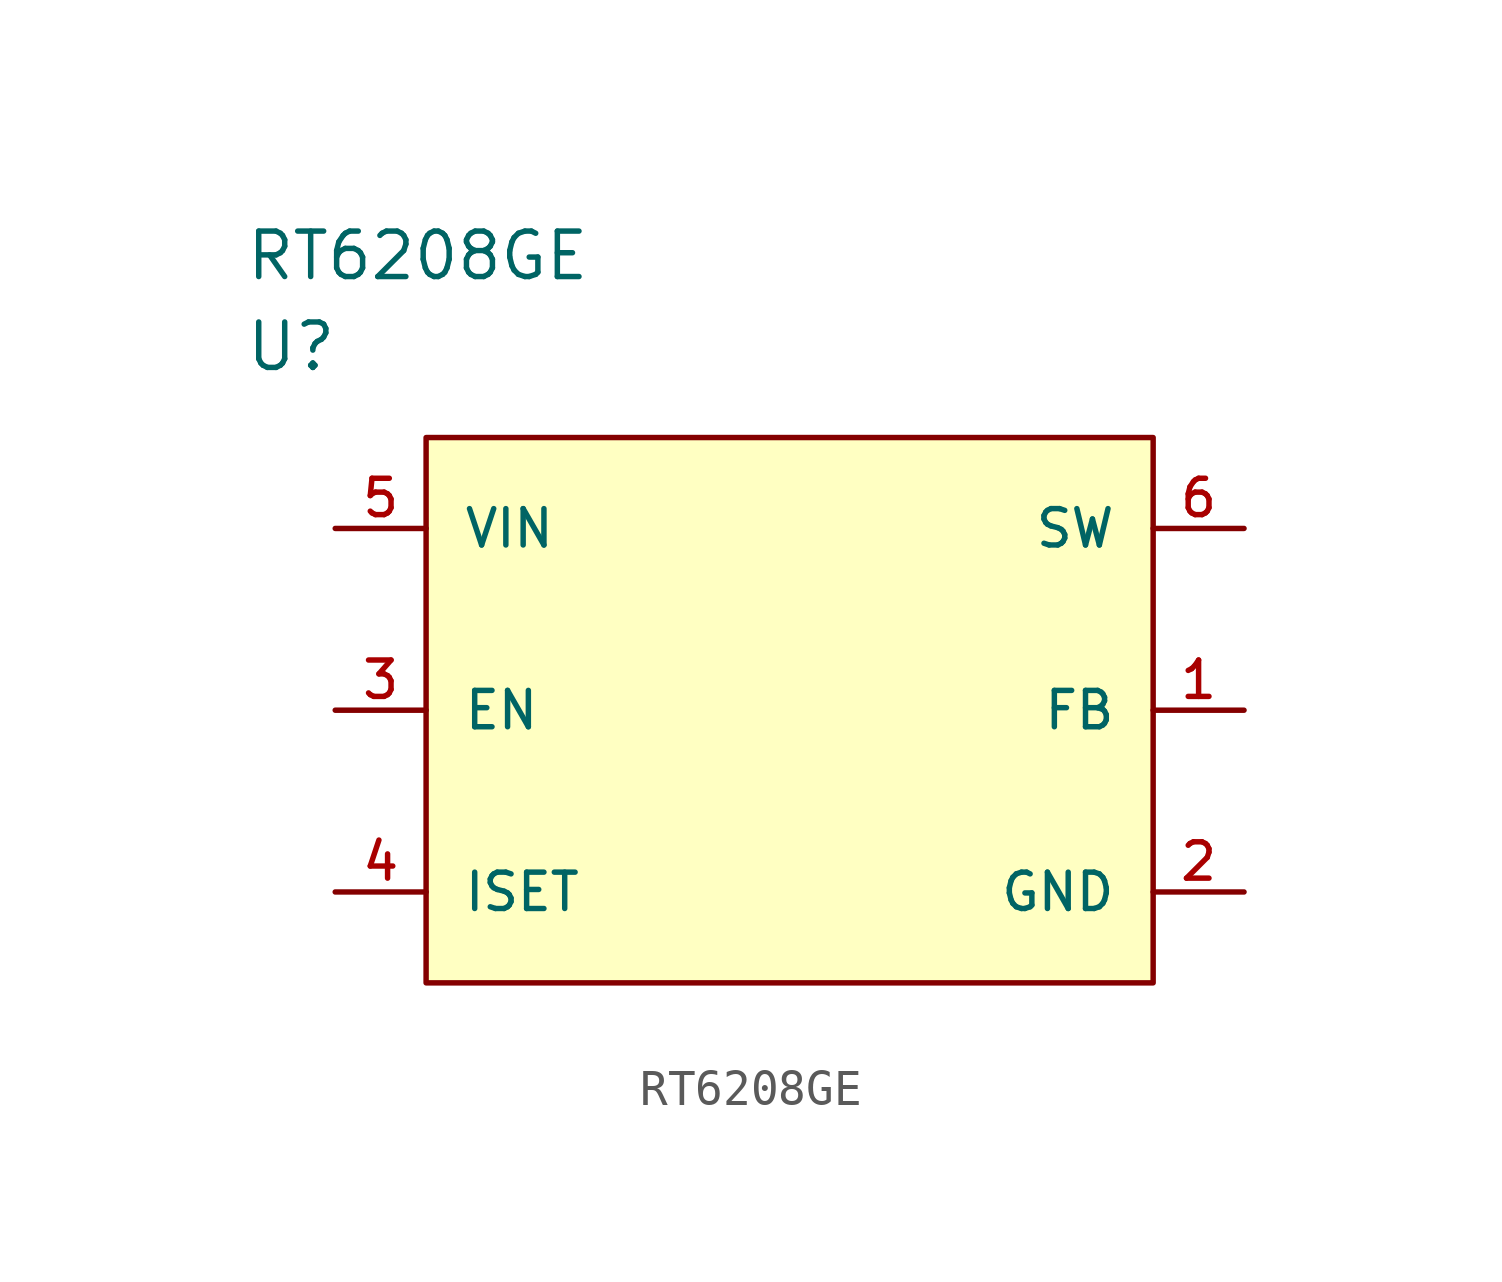
<source format=kicad_sym>
(kicad_symbol_lib
  (version 20211014)
  (generator kicad_symbol_editor)
  (symbol "RT6208GE"
    (pin_names
      (offset 1.016))
    (property "Reference" "U"
      (at 0 5.08 0)
      (effects (font (size 1.27 1.27)) (justify left)))
    (property "Value" "RT6208GE"
      (at 0 7.62 0)
      (effects (font (size 1.27 1.27)) (justify left)))
    (property "ki_locked" ""
      (at 0 0 0)
      (effects (font (size 1.27 1.27))))
    (symbol "RT6208GE_1_1"
      (rectangle (start 5.08 2.54) (end 25.4 -12.7) (stroke (width 0) (type default) (color 0 0 0 0)) (fill (type background)))
      (pin passive line (at 27.94 -5.08 180) (length 2.54) (name "FB" (effects (font (size 1.016 1.016)))) (number "1" (effects (font (size 1.016 1.016)))))
      (pin power_in line (at 27.94 -10.16 180) (length 2.54) (name "GND" (effects (font (size 1.016 1.016)))) (number "2" (effects (font (size 1.016 1.016)))))
      (pin input line (at 2.54 -5.08 0) (length 2.54) (name "EN" (effects (font (size 1.016 1.016)))) (number "3" (effects (font (size 1.016 1.016)))))
      (pin input line (at 2.54 -10.16 0) (length 2.54) (name "ISET" (effects (font (size 1.016 1.016)))) (number "4" (effects (font (size 1.016 1.016)))))
      (pin power_in line (at 2.54 0 0) (length 2.54) (name "VIN" (effects (font (size 1.016 1.016)))) (number "5" (effects (font (size 1.016 1.016)))))
      (pin passive line (at 27.94 0 180) (length 2.54) (name "SW" (effects (font (size 1.016 1.016)))) (number "6" (effects (font (size 1.016 1.016))))))))
</source>
